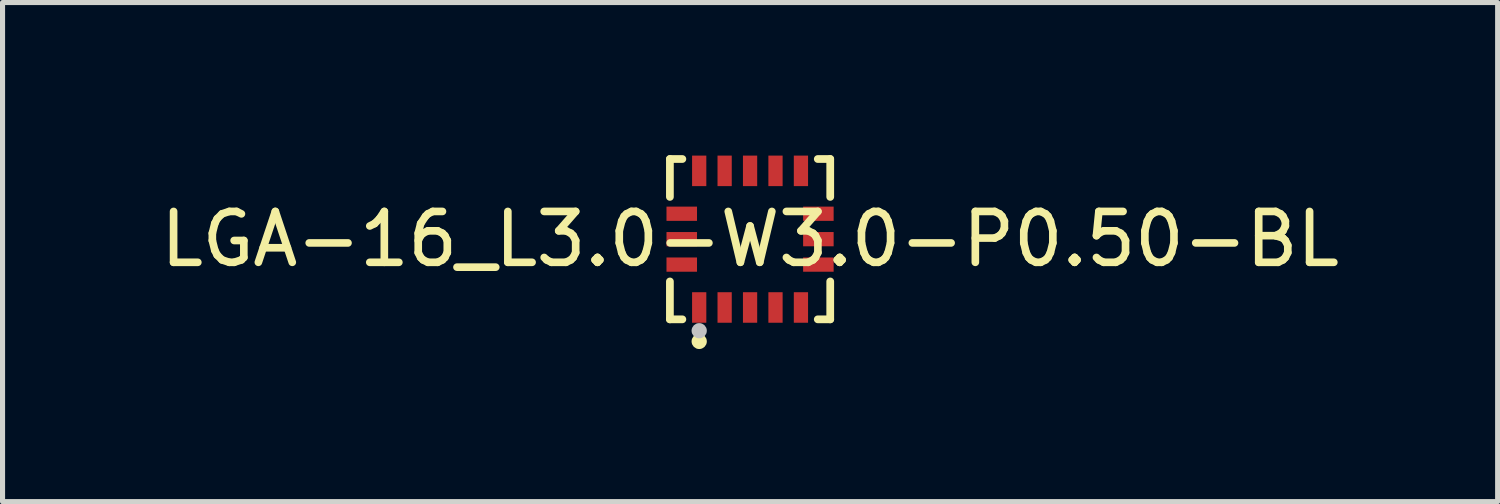
<source format=kicad_pcb>
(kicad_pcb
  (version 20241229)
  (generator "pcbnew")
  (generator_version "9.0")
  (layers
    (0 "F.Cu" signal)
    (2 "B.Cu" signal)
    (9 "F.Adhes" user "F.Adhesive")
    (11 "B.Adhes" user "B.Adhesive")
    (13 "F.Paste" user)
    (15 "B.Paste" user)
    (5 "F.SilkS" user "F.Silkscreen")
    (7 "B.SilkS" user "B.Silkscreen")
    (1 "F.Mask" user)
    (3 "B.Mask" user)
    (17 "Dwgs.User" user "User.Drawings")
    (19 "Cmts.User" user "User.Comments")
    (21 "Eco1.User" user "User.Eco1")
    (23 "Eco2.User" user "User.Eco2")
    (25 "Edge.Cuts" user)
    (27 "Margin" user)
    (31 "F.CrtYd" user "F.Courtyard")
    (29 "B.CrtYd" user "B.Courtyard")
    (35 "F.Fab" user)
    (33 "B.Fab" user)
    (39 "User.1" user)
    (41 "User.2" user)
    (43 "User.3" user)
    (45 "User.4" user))
  (footprint "LGA-16_L3.0-W3.0-P0.50-BL"
    (layer "F.Cu")
    (at 11.696 1.652)
    (property "Reference" "LGA-16_L3.0-W3.0-P0.50-BL" (at 0 0 0) (layer "F.SilkS") (effects (font (size 1 1) (thickness 0.15))))
    (fp_line (start -1.576 -1.576) (end -1.331 -1.576) (stroke (width 0.152) (type default)) (layer "F.SilkS"))
    (fp_line (start -1.576 -0.831) (end -1.576 -1.576) (stroke (width 0.152) (type default)) (layer "F.SilkS"))
    (fp_line (start -1.576 0.831) (end -1.576 1.576) (stroke (width 0.152) (type default)) (layer "F.SilkS"))
    (fp_line (start -1.576 1.576) (end -1.331 1.576) (stroke (width 0.152) (type default)) (layer "F.SilkS"))
    (fp_line (start 1.576 -1.576) (end 1.331 -1.576) (stroke (width 0.152) (type default)) (layer "F.SilkS"))
    (fp_line (start 1.576 -0.831) (end 1.576 -1.576) (stroke (width 0.152) (type default)) (layer "F.SilkS"))
    (fp_line (start 1.576 0.831) (end 1.576 1.576) (stroke (width 0.152) (type default)) (layer "F.SilkS"))
    (fp_line (start 1.576 1.576) (end 1.331 1.576) (stroke (width 0.152) (type default)) (layer "F.SilkS"))
    (fp_circle (center -1 2.01) (end -0.925 2.01) (stroke (width 0.15) (type default)) (fill no) (layer "F.SilkS"))
    (fp_circle (center -1 1.8) (end -0.925 1.8) (stroke (width 0.15) (type default)) (fill no) (layer "Dwgs.User"))
    (fp_poly (pts (xy -1.125 -1.4) (xy -1.125 -1.05) (xy -0.875 -1.05) (xy -0.875 -1.4)) (stroke (width 0.1) (type default)) (fill no) (layer "User.1"))
    (fp_poly (pts (xy -1.125 1.4) (xy -1.125 1.05) (xy -0.875 1.05) (xy -0.875 1.4)) (stroke (width 0.1) (type default)) (fill no) (layer "User.1"))
    (fp_poly (pts (xy -1.05 -0.375) (xy -1.05 -0.625) (xy -1.4 -0.625) (xy -1.4 -0.375)) (stroke (width 0.1) (type default)) (fill no) (layer "User.1"))
    (fp_poly (pts (xy -1.05 0.125) (xy -1.05 -0.125) (xy -1.4 -0.125) (xy -1.4 0.125)) (stroke (width 0.1) (type default)) (fill no) (layer "User.1"))
    (fp_poly (pts (xy -1.05 0.625) (xy -1.05 0.375) (xy -1.4 0.375) (xy -1.4 0.625)) (stroke (width 0.1) (type default)) (fill no) (layer "User.1"))
    (fp_poly (pts (xy -0.625 -1.4) (xy -0.625 -1.05) (xy -0.375 -1.05) (xy -0.375 -1.4)) (stroke (width 0.1) (type default)) (fill no) (layer "User.1"))
    (fp_poly (pts (xy -0.625 1.4) (xy -0.625 1.05) (xy -0.375 1.05) (xy -0.375 1.4)) (stroke (width 0.1) (type default)) (fill no) (layer "User.1"))
    (fp_poly (pts (xy -0.125 -1.4) (xy -0.125 -1.05) (xy 0.125 -1.05) (xy 0.125 -1.4)) (stroke (width 0.1) (type default)) (fill no) (layer "User.1"))
    (fp_poly (pts (xy -0.125 1.4) (xy -0.125 1.05) (xy 0.125 1.05) (xy 0.125 1.4)) (stroke (width 0.1) (type default)) (fill no) (layer "User.1"))
    (fp_poly (pts (xy 0.375 -1.4) (xy 0.375 -1.05) (xy 0.625 -1.05) (xy 0.625 -1.4)) (stroke (width 0.1) (type default)) (fill no) (layer "User.1"))
    (fp_poly (pts (xy 0.375 1.4) (xy 0.375 1.05) (xy 0.625 1.05) (xy 0.625 1.4)) (stroke (width 0.1) (type default)) (fill no) (layer "User.1"))
    (fp_poly (pts (xy 0.875 -1.4) (xy 0.875 -1.05) (xy 1.125 -1.05) (xy 1.125 -1.4)) (stroke (width 0.1) (type default)) (fill no) (layer "User.1"))
    (fp_poly (pts (xy 0.875 1.4) (xy 0.875 1.05) (xy 1.125 1.05) (xy 1.125 1.4)) (stroke (width 0.1) (type default)) (fill no) (layer "User.1"))
    (fp_poly (pts (xy 1.05 -0.375) (xy 1.05 -0.625) (xy 1.4 -0.625) (xy 1.4 -0.375)) (stroke (width 0.1) (type default)) (fill no) (layer "User.1"))
    (fp_poly (pts (xy 1.05 0.125) (xy 1.05 -0.125) (xy 1.4 -0.125) (xy 1.4 0.125)) (stroke (width 0.1) (type default)) (fill no) (layer "User.1"))
    (fp_poly (pts (xy 1.05 0.625) (xy 1.05 0.375) (xy 1.4 0.375) (xy 1.4 0.625)) (stroke (width 0.1) (type default)) (fill no) (layer "User.1"))
    (fp_line (start -1.5 -1.5) (end 1.5 -1.5) (stroke (width 0.051) (type default)) (layer "User.2"))
    (fp_line (start -1.5 1.5) (end -1.5 -1.5) (stroke (width 0.051) (type default)) (layer "User.2"))
    (fp_line (start 1.5 -1.5) (end 1.5 1.5) (stroke (width 0.051) (type default)) (layer "User.2"))
    (fp_line (start 1.5 1.5) (end -1.5 1.5) (stroke (width 0.051) (type default)) (layer "User.2"))
    (fp_poly (pts (xy -1.445 1.477) (xy -1.477 1.445) (xy -1.523 1.445) (xy -1.555 1.477) (xy -1.555 1.523) (xy -1.523 1.555) (xy -1.477 1.555) (xy -1.445 1.523)) (stroke (width 0.1) (type default)) (fill no) (layer "User.3"))
    (pad "1" smd rect (at -1 1.343) (size 0.28 0.6) (layers "F.Cu" "F.Mask" "F.Paste"))
    (pad "2" smd rect (at -0.5 1.343) (size 0.28 0.6) (layers "F.Cu" "F.Mask" "F.Paste"))
    (pad "3" smd rect (at 0 1.343) (size 0.28 0.6) (layers "F.Cu" "F.Mask" "F.Paste"))
    (pad "4" smd rect (at 0.5 1.343) (size 0.28 0.6) (layers "F.Cu" "F.Mask" "F.Paste"))
    (pad "5" smd rect (at 1 1.343) (size 0.28 0.6) (layers "F.Cu" "F.Mask" "F.Paste"))
    (pad "6" smd rect (at 1.343 0.5) (size 0.6 0.28) (layers "F.Cu" "F.Mask" "F.Paste"))
    (pad "7" smd rect (at 1.343 0) (size 0.6 0.28) (layers "F.Cu" "F.Mask" "F.Paste"))
    (pad "8" smd rect (at 1.343 -0.5) (size 0.6 0.28) (layers "F.Cu" "F.Mask" "F.Paste"))
    (pad "9" smd rect (at 1 -1.343) (size 0.28 0.6) (layers "F.Cu" "F.Mask" "F.Paste"))
    (pad "10" smd rect (at 0.5 -1.343) (size 0.28 0.6) (layers "F.Cu" "F.Mask" "F.Paste"))
    (pad "11" smd rect (at 0 -1.343) (size 0.28 0.6) (layers "F.Cu" "F.Mask" "F.Paste"))
    (pad "12" smd rect (at -0.5 -1.343) (size 0.28 0.6) (layers "F.Cu" "F.Mask" "F.Paste"))
    (pad "13" smd rect (at -1 -1.343) (size 0.28 0.6) (layers "F.Cu" "F.Mask" "F.Paste"))
    (pad "14" smd rect (at -1.343 -0.5) (size 0.6 0.28) (layers "F.Cu" "F.Mask" "F.Paste"))
    (pad "15" smd rect (at -1.343 0) (size 0.6 0.28) (layers "F.Cu" "F.Mask" "F.Paste"))
    (pad "16" smd rect (at -1.343 0.5) (size 0.6 0.28) (layers "F.Cu" "F.Mask" "F.Paste")))
  (gr_rect
    (start -3 -3)
    (end 26.393 6.812)
    (stroke (width 0.1) (type default))
    (fill no)
    (layer "Edge.Cuts")))
</source>
